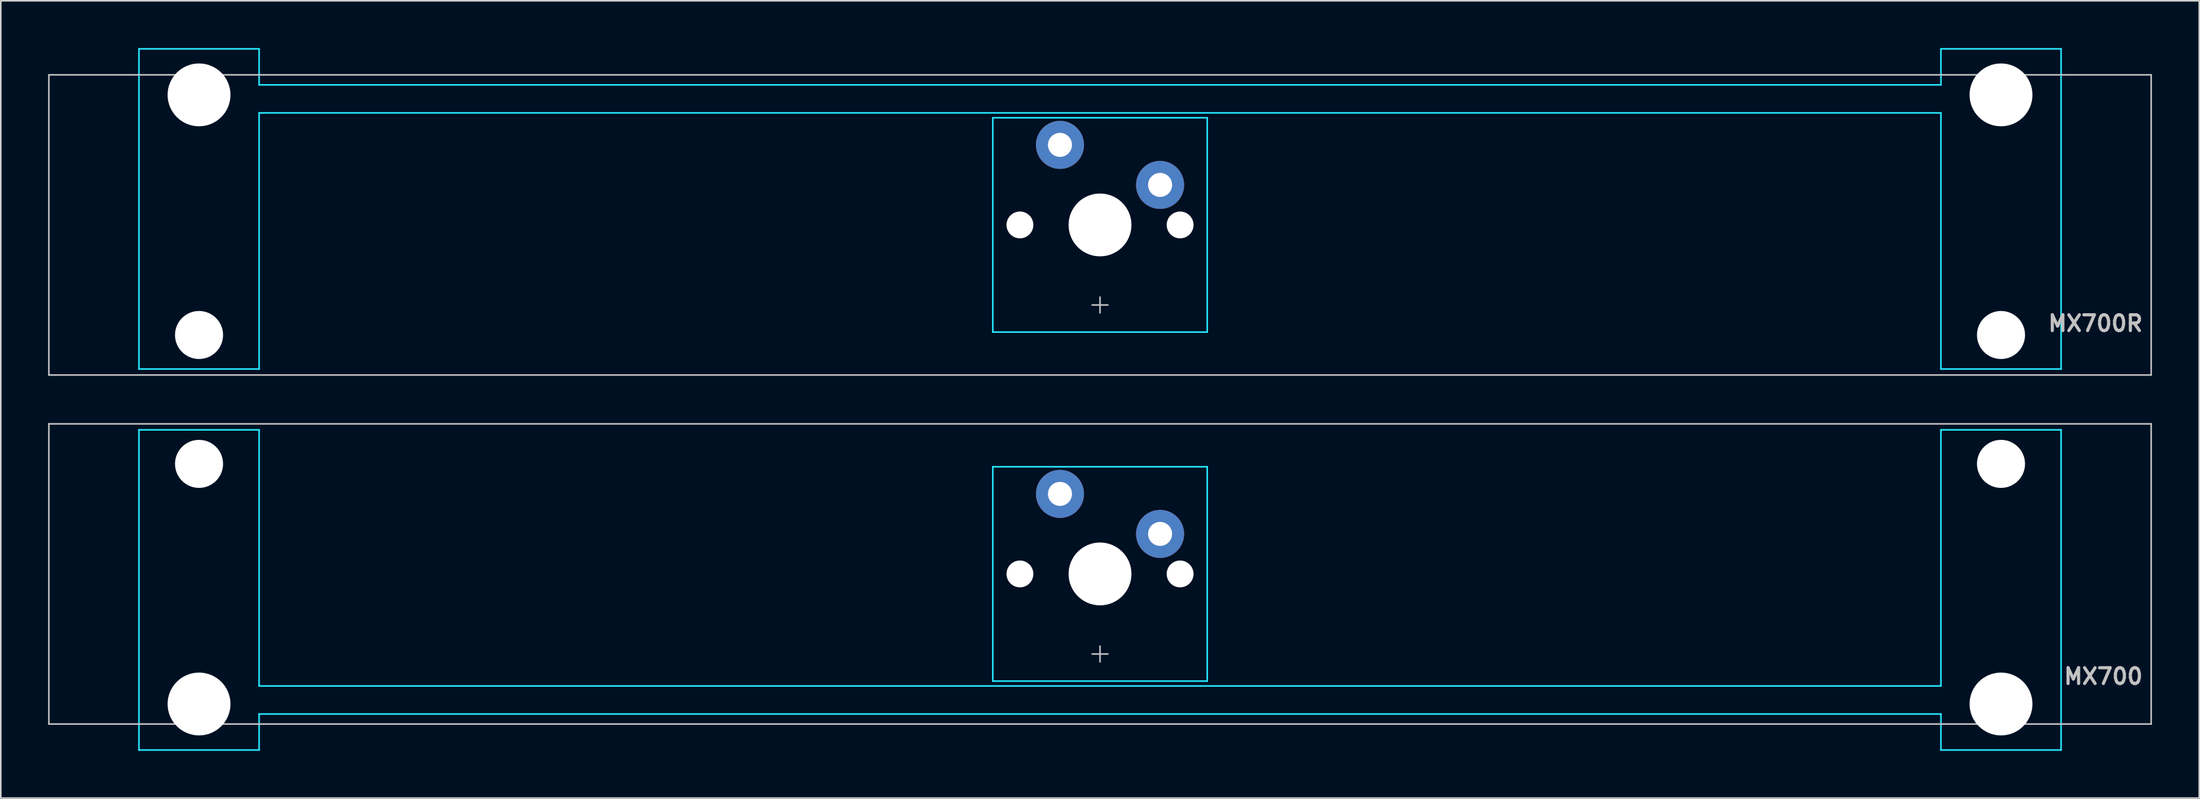
<source format=kicad_pcb>
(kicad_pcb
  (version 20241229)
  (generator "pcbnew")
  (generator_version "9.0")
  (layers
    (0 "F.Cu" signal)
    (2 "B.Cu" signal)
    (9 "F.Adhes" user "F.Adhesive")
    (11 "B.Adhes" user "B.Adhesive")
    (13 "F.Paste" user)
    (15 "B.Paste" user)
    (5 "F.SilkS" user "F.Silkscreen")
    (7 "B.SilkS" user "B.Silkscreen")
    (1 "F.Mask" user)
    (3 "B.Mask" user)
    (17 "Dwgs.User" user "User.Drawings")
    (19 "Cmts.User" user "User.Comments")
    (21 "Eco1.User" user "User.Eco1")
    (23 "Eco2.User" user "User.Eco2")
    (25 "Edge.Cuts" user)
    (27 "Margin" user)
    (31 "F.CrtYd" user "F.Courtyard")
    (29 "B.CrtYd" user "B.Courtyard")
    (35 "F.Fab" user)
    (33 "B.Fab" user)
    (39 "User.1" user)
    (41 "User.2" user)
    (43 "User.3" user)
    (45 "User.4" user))
  (footprint "MX700R"
    (layer "F.Cu")
    (at 66.725 11.226)
    (property "Reference" "MX700R" (at 66.25 6.25 0) (layer "Dwgs.User") (effects (font (size 1 1) (thickness 0.2)) (justify right)))
    (attr through_hole)
    (fp_line (start -66.675 -9.525) (end -66.675 9.525) (stroke (width 0.1) (type solid)) (layer "Dwgs.User"))
    (fp_line (start -66.675 -9.525) (end 66.675 -9.525) (stroke (width 0.1) (type solid)) (layer "Dwgs.User"))
    (fp_line (start -66.675 9.525) (end 66.675 9.525) (stroke (width 0.1) (type solid)) (layer "Dwgs.User"))
    (fp_line (start -0.5 5.08) (end 0.5 5.08) (stroke (width 0.1) (type solid)) (layer "Dwgs.User"))
    (fp_line (start 0 5.58) (end 0 4.58) (stroke (width 0.1) (type solid)) (layer "Dwgs.User"))
    (fp_line (start 66.675 -9.525) (end 66.675 9.525) (stroke (width 0.1) (type solid)) (layer "Dwgs.User"))
    (fp_line (start -60.65 -8.515) (end -60.65 5.485) (stroke (width 0.1) (type solid)) (layer "Eco1.User"))
    (fp_line (start -60.15 -9.015) (end -54.15 -9.015) (stroke (width 0.1) (type solid)) (layer "Eco1.User"))
    (fp_line (start -54.15 5.985) (end -60.15 5.985) (stroke (width 0.1) (type solid)) (layer "Eco1.User"))
    (fp_line (start -53.65 5.485) (end -53.65 -8.515) (stroke (width 0.1) (type solid)) (layer "Eco1.User"))
    (fp_line (start -7 -6.5) (end -7 6.5) (stroke (width 0.1) (type solid)) (layer "Eco1.User"))
    (fp_line (start -6.5 7) (end 6.5 7) (stroke (width 0.1) (type solid)) (layer "Eco1.User"))
    (fp_line (start 6.5 -7) (end -6.5 -7) (stroke (width 0.1) (type solid)) (layer "Eco1.User"))
    (fp_line (start 7 6.5) (end 7 -6.5) (stroke (width 0.1) (type solid)) (layer "Eco1.User"))
    (fp_line (start 53.65 -8.515) (end 53.65 5.485) (stroke (width 0.1) (type solid)) (layer "Eco1.User"))
    (fp_line (start 54.15 -9.015) (end 60.15 -9.015) (stroke (width 0.1) (type solid)) (layer "Eco1.User"))
    (fp_line (start 60.15 5.985) (end 54.15 5.985) (stroke (width 0.1) (type solid)) (layer "Eco1.User"))
    (fp_line (start 60.65 5.485) (end 60.65 -8.515) (stroke (width 0.1) (type solid)) (layer "Eco1.User"))
    (fp_arc (start -60.65 -8.515) (mid -60.503553 -8.868553) (end -60.15 -9.015) (stroke (width 0.1) (type solid)) (layer "Eco1.User"))
    (fp_arc (start -60.15 5.985) (mid -60.503553 5.838553) (end -60.65 5.485) (stroke (width 0.1) (type solid)) (layer "Eco1.User"))
    (fp_arc (start -54.15 -9.015) (mid -53.796447 -8.868553) (end -53.65 -8.515) (stroke (width 0.1) (type solid)) (layer "Eco1.User"))
    (fp_arc (start -53.65 5.485) (mid -53.796447 5.838553) (end -54.15 5.985) (stroke (width 0.1) (type solid)) (layer "Eco1.User"))
    (fp_arc (start -7 -6.5) (mid -6.853553 -6.853553) (end -6.5 -7) (stroke (width 0.1) (type solid)) (layer "Eco1.User"))
    (fp_arc (start -6.5 7) (mid -6.853553 6.853553) (end -7 6.5) (stroke (width 0.1) (type solid)) (layer "Eco1.User"))
    (fp_arc (start 6.5 -7) (mid 6.853553 -6.853553) (end 7 -6.5) (stroke (width 0.1) (type solid)) (layer "Eco1.User"))
    (fp_arc (start 7 6.5) (mid 6.853553 6.853553) (end 6.5 7) (stroke (width 0.1) (type solid)) (layer "Eco1.User"))
    (fp_arc (start 53.65 -8.515) (mid 53.796447 -8.868553) (end 54.15 -9.015) (stroke (width 0.1) (type solid)) (layer "Eco1.User"))
    (fp_arc (start 54.15 5.985) (mid 53.796447 5.838553) (end 53.65 5.485) (stroke (width 0.1) (type solid)) (layer "Eco1.User"))
    (fp_arc (start 60.15 -9.015) (mid 60.503553 -8.868553) (end 60.65 -8.515) (stroke (width 0.1) (type solid)) (layer "Eco1.User"))
    (fp_arc (start 60.65 5.485) (mid 60.503553 5.838553) (end 60.15 5.985) (stroke (width 0.1) (type solid)) (layer "Eco1.User"))
    (fp_line (start -60.96 9.144) (end -60.96 -11.176) (stroke (width 0.1) (type solid)) (layer "B.CrtYd"))
    (fp_line (start -53.34 -11.176) (end -60.96 -11.176) (stroke (width 0.1) (type solid)) (layer "B.CrtYd"))
    (fp_line (start -53.34 -8.89) (end -53.34 -11.176) (stroke (width 0.1) (type solid)) (layer "B.CrtYd"))
    (fp_line (start -53.34 -7.112) (end -53.34 9.144) (stroke (width 0.1) (type solid)) (layer "B.CrtYd"))
    (fp_line (start -53.34 9.144) (end -60.96 9.144) (stroke (width 0.1) (type solid)) (layer "B.CrtYd"))
    (fp_line (start -6.8 -6.8) (end -6.8 6.8) (stroke (width 0.1) (type solid)) (layer "B.CrtYd"))
    (fp_line (start -6.8 -6.8) (end 6.8 -6.8) (stroke (width 0.1) (type solid)) (layer "B.CrtYd"))
    (fp_line (start -6.8 6.8) (end 6.8 6.8) (stroke (width 0.1) (type solid)) (layer "B.CrtYd"))
    (fp_line (start 6.8 6.8) (end 6.8 -6.8) (stroke (width 0.1) (type solid)) (layer "B.CrtYd"))
    (fp_line (start 53.34 -8.89) (end -53.34 -8.89) (stroke (width 0.1) (type solid)) (layer "B.CrtYd"))
    (fp_line (start 53.34 -8.89) (end 53.34 -11.176) (stroke (width 0.1) (type solid)) (layer "B.CrtYd"))
    (fp_line (start 53.34 -7.112) (end -53.34 -7.112) (stroke (width 0.1) (type solid)) (layer "B.CrtYd"))
    (fp_line (start 53.34 -7.112) (end 53.34 9.144) (stroke (width 0.1) (type solid)) (layer "B.CrtYd"))
    (fp_line (start 60.96 -11.176) (end 53.34 -11.176) (stroke (width 0.1) (type solid)) (layer "B.CrtYd"))
    (fp_line (start 60.96 9.144) (end 53.34 9.144) (stroke (width 0.1) (type solid)) (layer "B.CrtYd"))
    (fp_line (start 60.96 9.144) (end 60.96 -11.176) (stroke (width 0.1) (type solid)) (layer "B.CrtYd"))
    (pad "" np_thru_hole circle (at -57.15 -8.255) (size 3.988 3.988) (drill 3.988) (layers "*.Cu" "*.Mask"))
    (pad "" np_thru_hole circle (at -57.15 6.985) (size 3.048 3.048) (drill 3.048) (layers "*.Cu" "*.Mask"))
    (pad "" smd circle (at -57.15 6.985) (size 3.988 3.988) (layers "F.Mask"))
    (pad "" np_thru_hole circle (at -5.08 0) (size 1.702 1.702) (drill 1.702) (layers "*.Cu" "*.Mask"))
    (pad "" np_thru_hole circle (at 0 0) (size 3.988 3.988) (drill 3.988) (layers "*.Cu" "*.Mask"))
    (pad "" np_thru_hole circle (at 5.08 0) (size 1.702 1.702) (drill 1.702) (layers "*.Cu" "*.Mask"))
    (pad "" np_thru_hole circle (at 57.15 -8.255) (size 3.988 3.988) (drill 3.988) (layers "*.Cu" "*.Mask"))
    (pad "" np_thru_hole circle (at 57.15 6.985) (size 3.048 3.048) (drill 3.048) (layers "*.Cu" "*.Mask"))
    (pad "" smd circle (at 57.15 6.985) (size 3.988 3.988) (layers "F.Mask"))
    (pad "1" thru_hole circle (at -2.54 -5.08) (size 3.048 3.048) (drill 1.524) (layers "*.Cu" "*.Mask"))
    (pad "2" thru_hole circle (at 3.81 -2.54) (size 3.048 3.048) (drill 1.524) (layers "*.Cu" "*.Mask")))
  (footprint "MX700"
    (layer "F.Cu")
    (at 66.725 33.376)
    (property "Reference" "MX700" (at 66.25 6.5 0) (layer "Dwgs.User") (effects (font (size 1 1) (thickness 0.2)) (justify right)))
    (attr through_hole)
    (fp_line (start -66.675 -9.525) (end -66.675 9.525) (stroke (width 0.1) (type solid)) (layer "Dwgs.User"))
    (fp_line (start -66.675 -9.525) (end 66.675 -9.525) (stroke (width 0.1) (type solid)) (layer "Dwgs.User"))
    (fp_line (start -66.675 9.525) (end 66.675 9.525) (stroke (width 0.1) (type solid)) (layer "Dwgs.User"))
    (fp_line (start -0.5 5.08) (end 0.5 5.08) (stroke (width 0.1) (type solid)) (layer "Dwgs.User"))
    (fp_line (start 0 5.58) (end 0 4.58) (stroke (width 0.1) (type solid)) (layer "Dwgs.User"))
    (fp_line (start 66.675 -9.525) (end 66.675 9.525) (stroke (width 0.1) (type solid)) (layer "Dwgs.User"))
    (fp_line (start -60.65 -5.485) (end -60.65 8.515) (stroke (width 0.1) (type solid)) (layer "Eco1.User"))
    (fp_line (start -60.15 -5.985) (end -54.15 -5.985) (stroke (width 0.1) (type solid)) (layer "Eco1.User"))
    (fp_line (start -54.15 9.015) (end -60.15 9.015) (stroke (width 0.1) (type solid)) (layer "Eco1.User"))
    (fp_line (start -53.65 8.515) (end -53.65 -5.485) (stroke (width 0.1) (type solid)) (layer "Eco1.User"))
    (fp_line (start -7 -6.5) (end -7 6.5) (stroke (width 0.1) (type solid)) (layer "Eco1.User"))
    (fp_line (start -6.5 7) (end 6.5 7) (stroke (width 0.1) (type solid)) (layer "Eco1.User"))
    (fp_line (start 6.5 -7) (end -6.5 -7) (stroke (width 0.1) (type solid)) (layer "Eco1.User"))
    (fp_line (start 7 6.5) (end 7 -6.5) (stroke (width 0.1) (type solid)) (layer "Eco1.User"))
    (fp_line (start 53.65 -5.485) (end 53.65 8.515) (stroke (width 0.1) (type solid)) (layer "Eco1.User"))
    (fp_line (start 54.15 -5.985) (end 60.15 -5.985) (stroke (width 0.1) (type solid)) (layer "Eco1.User"))
    (fp_line (start 60.15 9.015) (end 54.15 9.015) (stroke (width 0.1) (type solid)) (layer "Eco1.User"))
    (fp_line (start 60.65 8.515) (end 60.65 -5.485) (stroke (width 0.1) (type solid)) (layer "Eco1.User"))
    (fp_arc (start -60.65 -5.485) (mid -60.503553 -5.838553) (end -60.15 -5.985) (stroke (width 0.1) (type solid)) (layer "Eco1.User"))
    (fp_arc (start -60.15 9.015) (mid -60.503553 8.868553) (end -60.65 8.515) (stroke (width 0.1) (type solid)) (layer "Eco1.User"))
    (fp_arc (start -54.15 -5.985) (mid -53.796447 -5.838553) (end -53.65 -5.485) (stroke (width 0.1) (type solid)) (layer "Eco1.User"))
    (fp_arc (start -53.65 8.515) (mid -53.796447 8.868553) (end -54.15 9.015) (stroke (width 0.1) (type solid)) (layer "Eco1.User"))
    (fp_arc (start -7 -6.5) (mid -6.853553 -6.853553) (end -6.5 -7) (stroke (width 0.1) (type solid)) (layer "Eco1.User"))
    (fp_arc (start -6.5 7) (mid -6.853553 6.853553) (end -7 6.5) (stroke (width 0.1) (type solid)) (layer "Eco1.User"))
    (fp_arc (start 6.5 -7) (mid 6.853553 -6.853553) (end 7 -6.5) (stroke (width 0.1) (type solid)) (layer "Eco1.User"))
    (fp_arc (start 7 6.5) (mid 6.853553 6.853553) (end 6.5 7) (stroke (width 0.1) (type solid)) (layer "Eco1.User"))
    (fp_arc (start 53.65 -5.485) (mid 53.796447 -5.838553) (end 54.15 -5.985) (stroke (width 0.1) (type solid)) (layer "Eco1.User"))
    (fp_arc (start 54.15 9.015) (mid 53.796447 8.868553) (end 53.65 8.515) (stroke (width 0.1) (type solid)) (layer "Eco1.User"))
    (fp_arc (start 60.15 -5.985) (mid 60.503553 -5.838553) (end 60.65 -5.485) (stroke (width 0.1) (type solid)) (layer "Eco1.User"))
    (fp_arc (start 60.65 8.515) (mid 60.503553 8.868553) (end 60.15 9.015) (stroke (width 0.1) (type solid)) (layer "Eco1.User"))
    (fp_line (start -60.96 -9.144) (end -60.96 11.176) (stroke (width 0.1) (type solid)) (layer "B.CrtYd"))
    (fp_line (start -60.96 -9.144) (end -53.34 -9.144) (stroke (width 0.1) (type solid)) (layer "B.CrtYd"))
    (fp_line (start -60.96 11.176) (end -53.34 11.176) (stroke (width 0.1) (type solid)) (layer "B.CrtYd"))
    (fp_line (start -53.34 7.112) (end -53.34 -9.144) (stroke (width 0.1) (type solid)) (layer "B.CrtYd"))
    (fp_line (start -53.34 7.112) (end 53.34 7.112) (stroke (width 0.1) (type solid)) (layer "B.CrtYd"))
    (fp_line (start -53.34 8.89) (end -53.34 11.176) (stroke (width 0.1) (type solid)) (layer "B.CrtYd"))
    (fp_line (start -53.34 8.89) (end 53.34 8.89) (stroke (width 0.1) (type solid)) (layer "B.CrtYd"))
    (fp_line (start -6.8 -6.8) (end -6.8 6.8) (stroke (width 0.1) (type solid)) (layer "B.CrtYd"))
    (fp_line (start -6.8 -6.8) (end 6.8 -6.8) (stroke (width 0.1) (type solid)) (layer "B.CrtYd"))
    (fp_line (start -6.8 6.8) (end 6.8 6.8) (stroke (width 0.1) (type solid)) (layer "B.CrtYd"))
    (fp_line (start 6.8 6.8) (end 6.8 -6.8) (stroke (width 0.1) (type solid)) (layer "B.CrtYd"))
    (fp_line (start 53.34 -9.144) (end 60.96 -9.144) (stroke (width 0.1) (type solid)) (layer "B.CrtYd"))
    (fp_line (start 53.34 7.112) (end 53.34 -9.144) (stroke (width 0.1) (type solid)) (layer "B.CrtYd"))
    (fp_line (start 53.34 8.89) (end 53.34 11.176) (stroke (width 0.1) (type solid)) (layer "B.CrtYd"))
    (fp_line (start 53.34 11.176) (end 60.96 11.176) (stroke (width 0.1) (type solid)) (layer "B.CrtYd"))
    (fp_line (start 60.96 -9.144) (end 60.96 11.176) (stroke (width 0.1) (type solid)) (layer "B.CrtYd"))
    (pad "" np_thru_hole circle (at -57.15 -6.985 180) (size 3.048 3.048) (drill 3.048) (layers "*.Cu" "*.Mask"))
    (pad "" smd circle (at -57.15 -6.985) (size 3.988 3.988) (layers "F.Mask"))
    (pad "" np_thru_hole circle (at -57.15 8.255 180) (size 3.988 3.988) (drill 3.988) (layers "*.Cu" "*.Mask"))
    (pad "" np_thru_hole circle (at -5.08 0) (size 1.702 1.702) (drill 1.702) (layers "*.Cu" "*.Mask"))
    (pad "" np_thru_hole circle (at 0 0) (size 3.988 3.988) (drill 3.988) (layers "*.Cu" "*.Mask"))
    (pad "" np_thru_hole circle (at 5.08 0) (size 1.702 1.702) (drill 1.702) (layers "*.Cu" "*.Mask"))
    (pad "" np_thru_hole circle (at 57.15 -6.985 180) (size 3.048 3.048) (drill 3.048) (layers "*.Cu" "*.Mask"))
    (pad "" smd circle (at 57.15 -6.985) (size 3.988 3.988) (layers "F.Mask"))
    (pad "" np_thru_hole circle (at 57.15 8.255 180) (size 3.988 3.988) (drill 3.988) (layers "*.Cu" "*.Mask"))
    (pad "1" thru_hole circle (at -2.54 -5.08) (size 3.048 3.048) (drill 1.524) (layers "*.Cu" "*.Mask"))
    (pad "2" thru_hole circle (at 3.81 -2.54) (size 3.048 3.048) (drill 1.524) (layers "*.Cu" "*.Mask")))
  (gr_rect
    (start -3 -3)
    (end 136.45 47.602)
    (stroke (width 0.1) (type default))
    (fill no)
    (layer "Edge.Cuts")))
</source>
